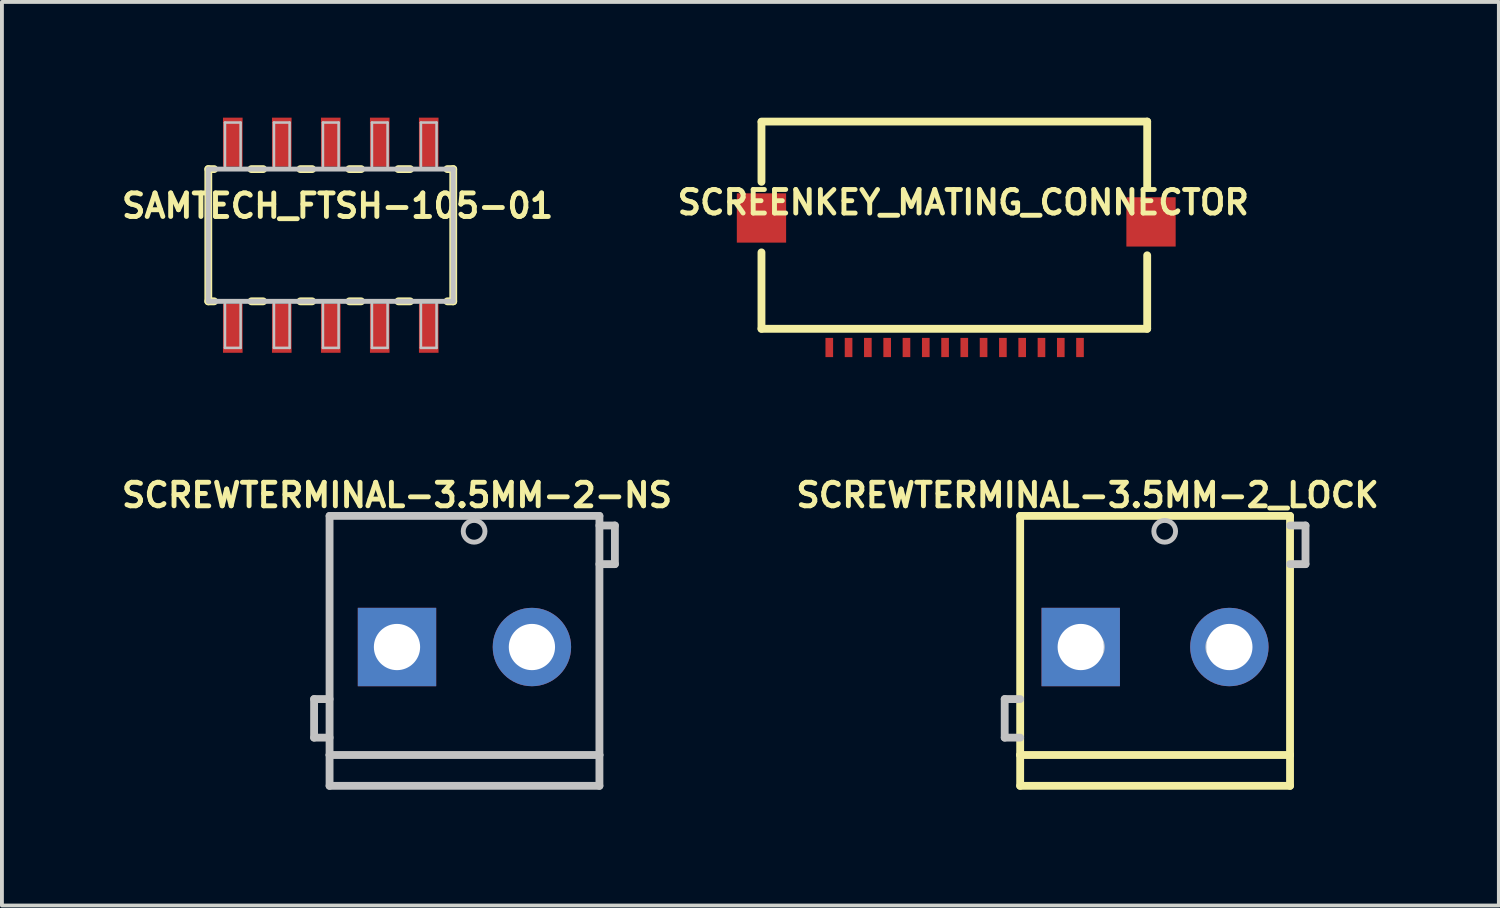
<source format=kicad_pcb>
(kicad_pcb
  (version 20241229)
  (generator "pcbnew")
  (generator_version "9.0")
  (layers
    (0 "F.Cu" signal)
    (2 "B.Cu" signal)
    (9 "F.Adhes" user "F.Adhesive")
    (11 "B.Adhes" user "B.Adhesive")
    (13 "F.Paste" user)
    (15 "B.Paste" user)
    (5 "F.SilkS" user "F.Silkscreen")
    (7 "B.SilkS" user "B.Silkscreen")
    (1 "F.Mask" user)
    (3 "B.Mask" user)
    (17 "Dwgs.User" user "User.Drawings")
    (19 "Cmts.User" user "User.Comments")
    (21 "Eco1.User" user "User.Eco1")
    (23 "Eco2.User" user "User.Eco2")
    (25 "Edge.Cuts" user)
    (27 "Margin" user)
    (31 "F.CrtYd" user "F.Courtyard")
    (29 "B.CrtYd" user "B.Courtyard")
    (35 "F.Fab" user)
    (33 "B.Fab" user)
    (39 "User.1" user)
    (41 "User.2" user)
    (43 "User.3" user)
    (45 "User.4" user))
  (footprint "SCREWTERMINAL-3.5MM-2_LOCK"
    (layer "F.Cu")
    (at 25.146 13.724)
    (property "Reference" "SCREWTERMINAL-3.5MM-2_LOCK" (at 0 -3.937 0) (layer "F.SilkS") (effects (font (size 0.61 0.61) (thickness 0.127))))
    (attr exclude_from_pos_files exclude_from_bom)
    (fp_line (start -1.748 -3.399) (end 5.248 -3.399) (stroke (width 0.203) (type solid)) (layer "F.SilkS"))
    (fp_line (start -1.748 2.799) (end -1.748 -3.399) (stroke (width 0.203) (type solid)) (layer "F.SilkS"))
    (fp_line (start -1.748 3.599) (end -1.748 2.799) (stroke (width 0.203) (type solid)) (layer "F.SilkS"))
    (fp_line (start 5.248 -3.399) (end 5.248 2.799) (stroke (width 0.203) (type solid)) (layer "F.SilkS"))
    (fp_line (start 5.248 2.799) (end -1.748 2.799) (stroke (width 0.203) (type solid)) (layer "F.SilkS"))
    (fp_line (start 5.248 2.799) (end 5.248 3.599) (stroke (width 0.203) (type solid)) (layer "F.SilkS"))
    (fp_line (start 5.248 3.599) (end -1.748 3.599) (stroke (width 0.203) (type solid)) (layer "F.SilkS"))
    (fp_line (start -2.149 1.349) (end -2.149 2.349) (stroke (width 0.203) (type solid)) (layer "Dwgs.User"))
    (fp_line (start -2.149 2.349) (end -1.748 2.349) (stroke (width 0.203) (type solid)) (layer "Dwgs.User"))
    (fp_line (start -1.748 1.349) (end -2.149 1.349) (stroke (width 0.203) (type solid)) (layer "Dwgs.User"))
    (fp_line (start 5.248 -3.15) (end 5.649 -3.15) (stroke (width 0.203) (type solid)) (layer "Dwgs.User"))
    (fp_line (start 5.649 -3.15) (end 5.649 -2.149) (stroke (width 0.203) (type solid)) (layer "Dwgs.User"))
    (fp_line (start 5.649 -2.149) (end 5.248 -2.149) (stroke (width 0.203) (type solid)) (layer "Dwgs.User"))
    (fp_circle (center 0 0) (end 0 -0.432) (stroke (width 0.025) (type solid)) (fill no) (layer "Dwgs.User"))
    (fp_circle (center 1.999 -3) (end 1.999 -3.282) (stroke (width 0.127) (type solid)) (fill no) (layer "Dwgs.User"))
    (fp_circle (center 3.498 0) (end 3.498 -0.432) (stroke (width 0.025) (type solid)) (fill no) (layer "Dwgs.User"))
    (pad "1" thru_hole rect (at -0.178 0) (size 2.032 2.032) (drill 1.199) (layers "*.Cu" "*.Paste" "*.Mask"))
    (pad "2" thru_hole circle (at 3.675 0) (size 2.032 2.032) (drill 1.199) (layers "*.Cu" "*.Paste" "*.Mask")))
  (footprint "SCREENKEY_MATING_CONNECTOR"
    (layer "F.Cu")
    (at 16.691 5.601)
    (property "Reference" "SCREENKEY_MATING_CONNECTOR" (at 5.232 -3.404 0) (layer "F.SilkS") (effects (font (size 0.61 0.61) (thickness 0.127))))
    (attr smd)
    (fp_line (start 0 -5.486) (end 0 -3.937) (stroke (width 0.203) (type solid)) (layer "F.SilkS"))
    (fp_line (start 0 -2.108) (end 0 -0.127) (stroke (width 0.203) (type solid)) (layer "F.SilkS"))
    (fp_line (start 0 -0.127) (end 10 -0.127) (stroke (width 0.203) (type solid)) (layer "F.SilkS"))
    (fp_line (start 10 -5.499) (end 0 -5.499) (stroke (width 0.203) (type solid)) (layer "F.SilkS"))
    (fp_line (start 10 -3.785) (end 10 -5.499) (stroke (width 0.203) (type solid)) (layer "F.SilkS"))
    (fp_line (start 10 -0.127) (end 10 -2.032) (stroke (width 0.203) (type solid)) (layer "F.SilkS"))
    (pad "1" smd rect (at 1.758 0.358 180) (size 0.198 0.498) (layers "F.Cu" "F.Mask" "F.Paste"))
    (pad "2" smd rect (at 2.258 0.358 180) (size 0.198 0.498) (layers "F.Cu" "F.Mask" "F.Paste"))
    (pad "3" smd rect (at 2.758 0.358 180) (size 0.198 0.498) (layers "F.Cu" "F.Mask" "F.Paste"))
    (pad "4" smd rect (at 3.259 0.358 180) (size 0.198 0.498) (layers "F.Cu" "F.Mask" "F.Paste"))
    (pad "5" smd rect (at 3.759 0.358 180) (size 0.198 0.498) (layers "F.Cu" "F.Mask" "F.Paste"))
    (pad "6" smd rect (at 4.26 0.358 180) (size 0.198 0.498) (layers "F.Cu" "F.Mask" "F.Paste"))
    (pad "7" smd rect (at 4.76 0.358 180) (size 0.198 0.498) (layers "F.Cu" "F.Mask" "F.Paste"))
    (pad "8" smd rect (at 5.258 0.358 180) (size 0.198 0.498) (layers "F.Cu" "F.Mask" "F.Paste"))
    (pad "9" smd rect (at 5.758 0.358 180) (size 0.198 0.498) (layers "F.Cu" "F.Mask" "F.Paste"))
    (pad "10" smd rect (at 6.259 0.358 180) (size 0.198 0.498) (layers "F.Cu" "F.Mask" "F.Paste"))
    (pad "11" smd rect (at 6.759 0.358 180) (size 0.198 0.498) (layers "F.Cu" "F.Mask" "F.Paste"))
    (pad "12" smd rect (at 7.259 0.358 180) (size 0.198 0.498) (layers "F.Cu" "F.Mask" "F.Paste"))
    (pad "13" smd rect (at 7.76 0.358 180) (size 0.198 0.498) (layers "F.Cu" "F.Mask" "F.Paste"))
    (pad "14" smd rect (at 8.258 0.358 180) (size 0.198 0.498) (layers "F.Cu" "F.Mask" "F.Paste"))
    (pad "P$15" smd rect (at 0 -3) (size 1.278 1.278) (layers "F.Cu" "F.Mask" "F.Paste"))
    (pad "P$16" smd rect (at 10.099 -2.898) (size 1.278 1.278) (layers "F.Cu" "F.Mask" "F.Paste")))
  (footprint "SCREWTERMINAL-3.5MM-2-NS"
    (layer "F.Cu")
    (at 7.242 13.724)
    (property "Reference" "SCREWTERMINAL-3.5MM-2-NS" (at 0 -3.937 0) (layer "F.SilkS") (effects (font (size 0.61 0.61) (thickness 0.127))))
    (attr exclude_from_pos_files exclude_from_bom)
    (fp_line (start -2.149 1.349) (end -2.149 2.349) (stroke (width 0.203) (type solid)) (layer "Dwgs.User"))
    (fp_line (start -2.149 2.349) (end -1.748 2.349) (stroke (width 0.203) (type solid)) (layer "Dwgs.User"))
    (fp_line (start -1.748 -3.399) (end 5.248 -3.399) (stroke (width 0.203) (type solid)) (layer "Dwgs.User"))
    (fp_line (start -1.748 1.349) (end -2.149 1.349) (stroke (width 0.203) (type solid)) (layer "Dwgs.User"))
    (fp_line (start -1.748 2.799) (end -1.748 -3.399) (stroke (width 0.203) (type solid)) (layer "Dwgs.User"))
    (fp_line (start -1.748 3.599) (end -1.748 2.799) (stroke (width 0.203) (type solid)) (layer "Dwgs.User"))
    (fp_line (start 5.248 -3.399) (end 5.248 2.799) (stroke (width 0.203) (type solid)) (layer "Dwgs.User"))
    (fp_line (start 5.248 -3.15) (end 5.649 -3.15) (stroke (width 0.203) (type solid)) (layer "Dwgs.User"))
    (fp_line (start 5.248 2.799) (end -1.748 2.799) (stroke (width 0.203) (type solid)) (layer "Dwgs.User"))
    (fp_line (start 5.248 2.799) (end 5.248 3.599) (stroke (width 0.203) (type solid)) (layer "Dwgs.User"))
    (fp_line (start 5.248 3.599) (end -1.748 3.599) (stroke (width 0.203) (type solid)) (layer "Dwgs.User"))
    (fp_line (start 5.649 -3.15) (end 5.649 -2.149) (stroke (width 0.203) (type solid)) (layer "Dwgs.User"))
    (fp_line (start 5.649 -2.149) (end 5.248 -2.149) (stroke (width 0.203) (type solid)) (layer "Dwgs.User"))
    (fp_circle (center 1.999 -3) (end 1.999 -3.282) (stroke (width 0.127) (type solid)) (fill no) (layer "Dwgs.User"))
    (pad "1" thru_hole rect (at 0 0) (size 2.032 2.032) (drill 1.199) (layers "*.Cu" "*.Paste" "*.Mask"))
    (pad "2" thru_hole circle (at 3.498 0) (size 2.032 2.032) (drill 1.199) (layers "*.Cu" "*.Paste" "*.Mask")))
  (footprint "SAMTECH_FTSH-105-01"
    (layer "F.Cu")
    (at 5.525 3.048)
    (property "Reference" "SAMTECH_FTSH-105-01" (at 0.178 -0.762 0) (layer "F.SilkS") (effects (font (size 0.61 0.61) (thickness 0.127))))
    (attr smd)
    (fp_line (start -3.175 -1.714) (end -3.023 -1.714) (stroke (width 0.203) (type solid)) (layer "F.SilkS"))
    (fp_line (start -3.175 1.714) (end -3.175 -1.714) (stroke (width 0.203) (type solid)) (layer "F.SilkS"))
    (fp_line (start -3.023 1.714) (end -3.175 1.714) (stroke (width 0.203) (type solid)) (layer "F.SilkS"))
    (fp_line (start -2.057 -1.714) (end -1.753 -1.714) (stroke (width 0.203) (type solid)) (layer "F.SilkS"))
    (fp_line (start -1.753 1.714) (end -2.057 1.714) (stroke (width 0.203) (type solid)) (layer "F.SilkS"))
    (fp_line (start -0.787 -1.714) (end -0.483 -1.714) (stroke (width 0.203) (type solid)) (layer "F.SilkS"))
    (fp_line (start -0.483 1.714) (end -0.787 1.714) (stroke (width 0.203) (type solid)) (layer "F.SilkS"))
    (fp_line (start 0.483 -1.714) (end 0.787 -1.714) (stroke (width 0.203) (type solid)) (layer "F.SilkS"))
    (fp_line (start 0.787 1.714) (end 0.483 1.714) (stroke (width 0.203) (type solid)) (layer "F.SilkS"))
    (fp_line (start 1.753 -1.714) (end 2.057 -1.714) (stroke (width 0.203) (type solid)) (layer "F.SilkS"))
    (fp_line (start 2.057 1.714) (end 1.753 1.714) (stroke (width 0.203) (type solid)) (layer "F.SilkS"))
    (fp_line (start 3.023 -1.714) (end 3.175 -1.714) (stroke (width 0.203) (type solid)) (layer "F.SilkS"))
    (fp_line (start 3.175 -1.714) (end 3.175 1.714) (stroke (width 0.203) (type solid)) (layer "F.SilkS"))
    (fp_line (start 3.175 1.714) (end 3.023 1.714) (stroke (width 0.203) (type solid)) (layer "F.SilkS"))
    (fp_line (start -3.175 -1.714) (end 3.175 -1.714) (stroke (width 0.127) (type solid)) (layer "Dwgs.User"))
    (fp_line (start -3.175 1.714) (end -3.175 -1.714) (stroke (width 0.127) (type solid)) (layer "Dwgs.User"))
    (fp_line (start -2.743 -2.921) (end -2.337 -2.921) (stroke (width 0.066) (type solid)) (layer "Dwgs.User"))
    (fp_line (start -2.743 -1.714) (end -2.743 -2.921) (stroke (width 0.066) (type solid)) (layer "Dwgs.User"))
    (fp_line (start -2.743 -1.714) (end -2.337 -1.714) (stroke (width 0.066) (type solid)) (layer "Dwgs.User"))
    (fp_line (start -2.743 1.714) (end -2.337 1.714) (stroke (width 0.066) (type solid)) (layer "Dwgs.User"))
    (fp_line (start -2.743 2.921) (end -2.743 1.714) (stroke (width 0.066) (type solid)) (layer "Dwgs.User"))
    (fp_line (start -2.743 2.921) (end -2.337 2.921) (stroke (width 0.066) (type solid)) (layer "Dwgs.User"))
    (fp_line (start -2.337 -1.714) (end -2.337 -2.921) (stroke (width 0.066) (type solid)) (layer "Dwgs.User"))
    (fp_line (start -2.337 2.921) (end -2.337 1.714) (stroke (width 0.066) (type solid)) (layer "Dwgs.User"))
    (fp_line (start -1.473 -2.921) (end -1.067 -2.921) (stroke (width 0.066) (type solid)) (layer "Dwgs.User"))
    (fp_line (start -1.473 -1.714) (end -1.473 -2.921) (stroke (width 0.066) (type solid)) (layer "Dwgs.User"))
    (fp_line (start -1.473 -1.714) (end -1.067 -1.714) (stroke (width 0.066) (type solid)) (layer "Dwgs.User"))
    (fp_line (start -1.473 1.714) (end -1.067 1.714) (stroke (width 0.066) (type solid)) (layer "Dwgs.User"))
    (fp_line (start -1.473 2.921) (end -1.473 1.714) (stroke (width 0.066) (type solid)) (layer "Dwgs.User"))
    (fp_line (start -1.473 2.921) (end -1.067 2.921) (stroke (width 0.066) (type solid)) (layer "Dwgs.User"))
    (fp_line (start -1.067 -1.714) (end -1.067 -2.921) (stroke (width 0.066) (type solid)) (layer "Dwgs.User"))
    (fp_line (start -1.067 2.921) (end -1.067 1.714) (stroke (width 0.066) (type solid)) (layer "Dwgs.User"))
    (fp_line (start -0.203 -2.921) (end 0.203 -2.921) (stroke (width 0.066) (type solid)) (layer "Dwgs.User"))
    (fp_line (start -0.203 -1.714) (end -0.203 -2.921) (stroke (width 0.066) (type solid)) (layer "Dwgs.User"))
    (fp_line (start -0.203 -1.714) (end 0.203 -1.714) (stroke (width 0.066) (type solid)) (layer "Dwgs.User"))
    (fp_line (start -0.203 1.714) (end 0.203 1.714) (stroke (width 0.066) (type solid)) (layer "Dwgs.User"))
    (fp_line (start -0.203 2.921) (end -0.203 1.714) (stroke (width 0.066) (type solid)) (layer "Dwgs.User"))
    (fp_line (start -0.203 2.921) (end 0.203 2.921) (stroke (width 0.066) (type solid)) (layer "Dwgs.User"))
    (fp_line (start 0.203 -1.714) (end 0.203 -2.921) (stroke (width 0.066) (type solid)) (layer "Dwgs.User"))
    (fp_line (start 0.203 2.921) (end 0.203 1.714) (stroke (width 0.066) (type solid)) (layer "Dwgs.User"))
    (fp_line (start 1.067 -2.921) (end 1.473 -2.921) (stroke (width 0.066) (type solid)) (layer "Dwgs.User"))
    (fp_line (start 1.067 -1.714) (end 1.067 -2.921) (stroke (width 0.066) (type solid)) (layer "Dwgs.User"))
    (fp_line (start 1.067 -1.714) (end 1.473 -1.714) (stroke (width 0.066) (type solid)) (layer "Dwgs.User"))
    (fp_line (start 1.067 1.714) (end 1.473 1.714) (stroke (width 0.066) (type solid)) (layer "Dwgs.User"))
    (fp_line (start 1.067 2.921) (end 1.067 1.714) (stroke (width 0.066) (type solid)) (layer "Dwgs.User"))
    (fp_line (start 1.067 2.921) (end 1.473 2.921) (stroke (width 0.066) (type solid)) (layer "Dwgs.User"))
    (fp_line (start 1.473 -1.714) (end 1.473 -2.921) (stroke (width 0.066) (type solid)) (layer "Dwgs.User"))
    (fp_line (start 1.473 2.921) (end 1.473 1.714) (stroke (width 0.066) (type solid)) (layer "Dwgs.User"))
    (fp_line (start 2.337 -2.921) (end 2.743 -2.921) (stroke (width 0.066) (type solid)) (layer "Dwgs.User"))
    (fp_line (start 2.337 -1.714) (end 2.337 -2.921) (stroke (width 0.066) (type solid)) (layer "Dwgs.User"))
    (fp_line (start 2.337 -1.714) (end 2.743 -1.714) (stroke (width 0.066) (type solid)) (layer "Dwgs.User"))
    (fp_line (start 2.337 1.714) (end 2.743 1.714) (stroke (width 0.066) (type solid)) (layer "Dwgs.User"))
    (fp_line (start 2.337 2.921) (end 2.337 1.714) (stroke (width 0.066) (type solid)) (layer "Dwgs.User"))
    (fp_line (start 2.337 2.921) (end 2.743 2.921) (stroke (width 0.066) (type solid)) (layer "Dwgs.User"))
    (fp_line (start 2.743 -1.714) (end 2.743 -2.921) (stroke (width 0.066) (type solid)) (layer "Dwgs.User"))
    (fp_line (start 2.743 2.921) (end 2.743 1.714) (stroke (width 0.066) (type solid)) (layer "Dwgs.User"))
    (fp_line (start 3.175 -1.714) (end 3.175 1.714) (stroke (width 0.127) (type solid)) (layer "Dwgs.User"))
    (fp_line (start 3.175 1.714) (end -3.175 1.714) (stroke (width 0.127) (type solid)) (layer "Dwgs.User"))
    (pad "1" smd rect (at -2.54 2.413) (size 0.508 1.27) (layers "F.Cu" "F.Mask" "F.Paste"))
    (pad "2" smd rect (at -2.54 -2.413) (size 0.508 1.27) (layers "F.Cu" "F.Mask" "F.Paste"))
    (pad "3" smd rect (at -1.27 2.413) (size 0.508 1.27) (layers "F.Cu" "F.Mask" "F.Paste"))
    (pad "4" smd rect (at -1.27 -2.413) (size 0.508 1.27) (layers "F.Cu" "F.Mask" "F.Paste"))
    (pad "5" smd rect (at 0 2.413) (size 0.508 1.27) (layers "F.Cu" "F.Mask" "F.Paste"))
    (pad "6" smd rect (at 0 -2.413) (size 0.508 1.27) (layers "F.Cu" "F.Mask" "F.Paste"))
    (pad "7" smd rect (at 1.27 2.413) (size 0.508 1.27) (layers "F.Cu" "F.Mask" "F.Paste"))
    (pad "8" smd rect (at 1.27 -2.413) (size 0.508 1.27) (layers "F.Cu" "F.Mask" "F.Paste"))
    (pad "9" smd rect (at 2.54 2.413) (size 0.508 1.27) (layers "F.Cu" "F.Mask" "F.Paste"))
    (pad "10" smd rect (at 2.54 -2.413) (size 0.508 1.27) (layers "F.Cu" "F.Mask" "F.Paste")))
  (gr_rect
    (start -3 -3)
    (end 35.808 20.425)
    (stroke (width 0.1) (type default))
    (fill no)
    (layer "Edge.Cuts")))
</source>
